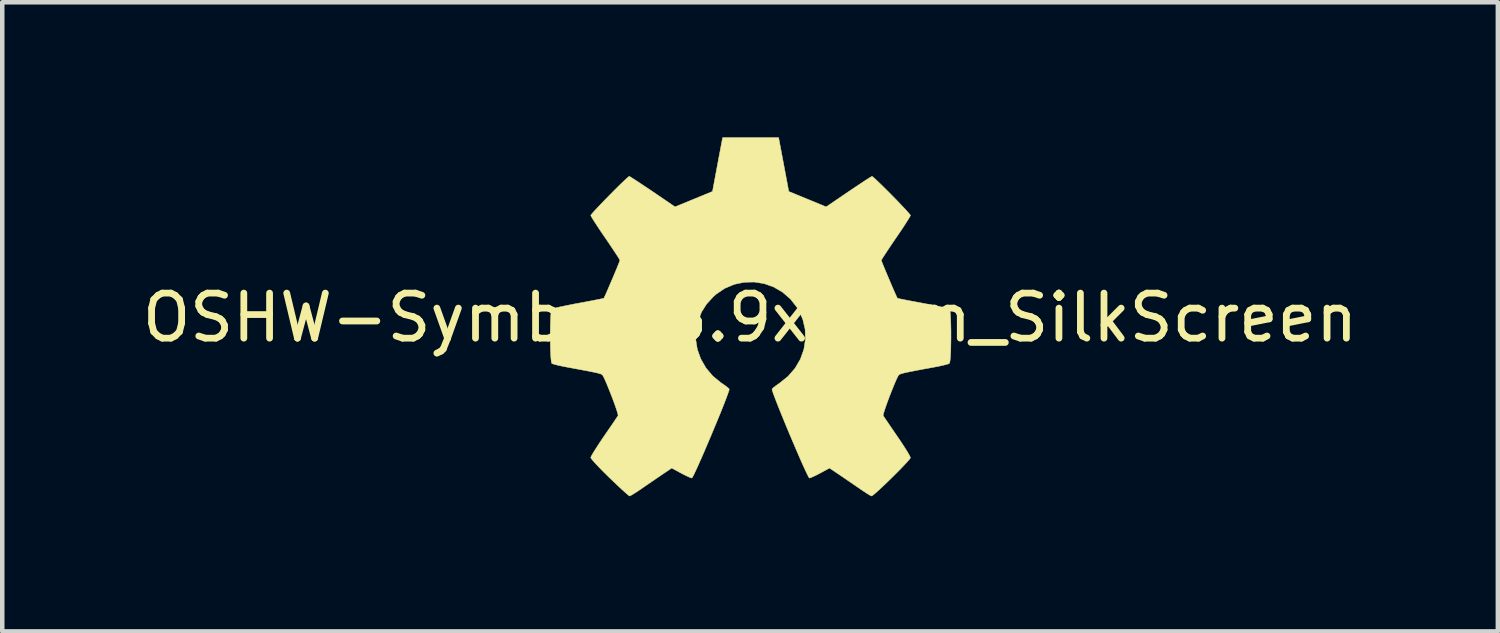
<source format=kicad_pcb>
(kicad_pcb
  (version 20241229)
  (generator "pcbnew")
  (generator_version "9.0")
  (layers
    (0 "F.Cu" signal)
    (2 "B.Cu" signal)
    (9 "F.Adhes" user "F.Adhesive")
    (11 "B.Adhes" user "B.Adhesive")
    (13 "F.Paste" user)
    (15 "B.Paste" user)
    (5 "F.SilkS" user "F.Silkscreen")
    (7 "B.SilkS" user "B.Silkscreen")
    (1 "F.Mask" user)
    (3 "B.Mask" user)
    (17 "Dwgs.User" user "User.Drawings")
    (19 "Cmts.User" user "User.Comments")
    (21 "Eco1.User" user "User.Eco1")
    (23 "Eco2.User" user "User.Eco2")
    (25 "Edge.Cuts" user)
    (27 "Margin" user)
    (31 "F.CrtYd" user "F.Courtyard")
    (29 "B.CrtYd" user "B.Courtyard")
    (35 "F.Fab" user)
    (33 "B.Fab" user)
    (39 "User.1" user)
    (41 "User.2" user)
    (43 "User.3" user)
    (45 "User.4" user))
  (footprint "OSHW-Symbol_8.9x8mm_SilkScreen"
    (layer "F.Cu")
    (at 13.601 4.002)
    (property "Reference" "OSHW-Symbol_8.9x8mm_SilkScreen" (at 0 0 0) (layer "F.SilkS") (effects (font (size 1 1) (thickness 0.15))))
    (attr board_only exclude_from_pos_files exclude_from_bom allow_missing_courtyard)
    (fp_poly (pts (xy 0.747 -3.4) (xy 0.859 -2.802) (xy 1.275 -2.631) (xy 1.69 -2.46) (xy 2.188 -2.799) (xy 2.328 -2.893) (xy 2.454 -2.977) (xy 2.561 -3.048) (xy 2.643 -3.1) (xy 2.693 -3.131) (xy 2.707 -3.138) (xy 2.732 -3.121) (xy 2.785 -3.073) (xy 2.86 -3.002) (xy 2.952 -2.912) (xy 3.054 -2.811) (xy 3.161 -2.703) (xy 3.266 -2.596) (xy 3.363 -2.494) (xy 3.447 -2.405) (xy 3.512 -2.333) (xy 3.552 -2.286) (xy 3.561 -2.27) (xy 3.547 -2.241) (xy 3.509 -2.178) (xy 3.451 -2.086) (xy 3.376 -1.971) (xy 3.288 -1.841) (xy 3.237 -1.767) (xy 3.145 -1.632) (xy 3.063 -1.509) (xy 2.995 -1.406) (xy 2.945 -1.329) (xy 2.918 -1.283) (xy 2.914 -1.273) (xy 2.923 -1.245) (xy 2.948 -1.181) (xy 2.986 -1.09) (xy 3.032 -0.979) (xy 3.083 -0.859) (xy 3.134 -0.739) (xy 3.182 -0.627) (xy 3.224 -0.532) (xy 3.254 -0.464) (xy 3.271 -0.432) (xy 3.272 -0.431) (xy 3.297 -0.424) (xy 3.364 -0.411) (xy 3.466 -0.39) (xy 3.597 -0.365) (xy 3.748 -0.337) (xy 3.837 -0.32) (xy 3.998 -0.29) (xy 4.145 -0.26) (xy 4.268 -0.234) (xy 4.36 -0.213) (xy 4.415 -0.197) (xy 4.426 -0.193) (xy 4.437 -0.16) (xy 4.446 -0.086) (xy 4.452 0.02) (xy 4.457 0.15) (xy 4.46 0.296) (xy 4.46 0.448) (xy 4.458 0.598) (xy 4.455 0.737) (xy 4.449 0.857) (xy 4.441 0.949) (xy 4.431 1.005) (xy 4.425 1.016) (xy 4.39 1.03) (xy 4.316 1.05) (xy 4.212 1.074) (xy 4.089 1.098) (xy 4.046 1.106) (xy 3.838 1.144) (xy 3.674 1.175) (xy 3.548 1.2) (xy 3.455 1.219) (xy 3.389 1.235) (xy 3.346 1.248) (xy 3.318 1.26) (xy 3.302 1.272) (xy 3.3 1.274) (xy 3.278 1.311) (xy 3.243 1.384) (xy 3.2 1.484) (xy 3.153 1.601) (xy 3.103 1.727) (xy 3.056 1.852) (xy 3.014 1.969) (xy 2.981 2.067) (xy 2.96 2.138) (xy 2.954 2.173) (xy 2.954 2.174) (xy 2.973 2.203) (xy 3.016 2.266) (xy 3.078 2.357) (xy 3.154 2.469) (xy 3.241 2.596) (xy 3.266 2.632) (xy 3.355 2.763) (xy 3.433 2.883) (xy 3.496 2.984) (xy 3.539 3.06) (xy 3.56 3.103) (xy 3.561 3.109) (xy 3.544 3.137) (xy 3.496 3.193) (xy 3.424 3.271) (xy 3.334 3.365) (xy 3.232 3.468) (xy 3.124 3.575) (xy 3.016 3.68) (xy 2.914 3.776) (xy 2.825 3.858) (xy 2.755 3.919) (xy 2.709 3.954) (xy 2.696 3.959) (xy 2.667 3.946) (xy 2.607 3.91) (xy 2.526 3.857) (xy 2.463 3.815) (xy 2.35 3.737) (xy 2.216 3.645) (xy 2.081 3.553) (xy 2.009 3.504) (xy 1.764 3.339) (xy 1.559 3.45) (xy 1.465 3.499) (xy 1.385 3.536) (xy 1.331 3.558) (xy 1.318 3.561) (xy 1.301 3.539) (xy 1.269 3.476) (xy 1.223 3.379) (xy 1.165 3.253) (xy 1.099 3.103) (xy 1.027 2.936) (xy 0.951 2.758) (xy 0.873 2.574) (xy 0.796 2.39) (xy 0.723 2.211) (xy 0.655 2.044) (xy 0.596 1.895) (xy 0.547 1.768) (xy 0.511 1.671) (xy 0.491 1.608) (xy 0.488 1.586) (xy 0.513 1.558) (xy 0.57 1.514) (xy 0.644 1.461) (xy 0.651 1.457) (xy 0.844 1.302) (xy 1 1.122) (xy 1.117 0.921) (xy 1.194 0.706) (xy 1.229 0.483) (xy 1.222 0.257) (xy 1.17 0.034) (xy 1.073 -0.18) (xy 1.044 -0.226) (xy 0.896 -0.415) (xy 0.72 -0.567) (xy 0.524 -0.681) (xy 0.313 -0.756) (xy 0.093 -0.791) (xy -0.13 -0.786) (xy -0.349 -0.74) (xy -0.559 -0.652) (xy -0.753 -0.521) (xy -0.813 -0.468) (xy -0.966 -0.301) (xy -1.077 -0.126) (xy -1.153 0.07) (xy -1.196 0.265) (xy -1.206 0.483) (xy -1.171 0.703) (xy -1.094 0.916) (xy -0.979 1.116) (xy -0.829 1.294) (xy -0.647 1.444) (xy -0.623 1.46) (xy -0.548 1.512) (xy -0.49 1.557) (xy -0.463 1.585) (xy -0.462 1.586) (xy -0.468 1.617) (xy -0.492 1.687) (xy -0.53 1.791) (xy -0.581 1.922) (xy -0.642 2.076) (xy -0.711 2.245) (xy -0.786 2.425) (xy -0.863 2.61) (xy -0.941 2.793) (xy -1.016 2.97) (xy -1.088 3.134) (xy -1.152 3.279) (xy -1.208 3.4) (xy -1.251 3.491) (xy -1.281 3.546) (xy -1.293 3.561) (xy -1.329 3.55) (xy -1.397 3.519) (xy -1.485 3.476) (xy -1.534 3.45) (xy -1.739 3.339) (xy -1.984 3.504) (xy -2.109 3.589) (xy -2.246 3.683) (xy -2.374 3.77) (xy -2.438 3.815) (xy -2.528 3.875) (xy -2.605 3.923) (xy -2.658 3.953) (xy -2.675 3.959) (xy -2.7 3.942) (xy -2.755 3.895) (xy -2.835 3.823) (xy -2.934 3.731) (xy -3.048 3.623) (xy -3.12 3.554) (xy -3.245 3.431) (xy -3.354 3.32) (xy -3.441 3.227) (xy -3.503 3.157) (xy -3.534 3.114) (xy -3.537 3.105) (xy -3.523 3.072) (xy -3.485 3.005) (xy -3.426 2.911) (xy -3.352 2.796) (xy -3.266 2.668) (xy -3.241 2.632) (xy -3.152 2.502) (xy -3.072 2.386) (xy -3.006 2.288) (xy -2.958 2.217) (xy -2.932 2.178) (xy -2.93 2.174) (xy -2.933 2.143) (xy -2.953 2.076) (xy -2.985 1.98) (xy -3.026 1.865) (xy -3.073 1.74) (xy -3.123 1.614) (xy -3.171 1.495) (xy -3.214 1.394) (xy -3.25 1.318) (xy -3.273 1.276) (xy -3.275 1.274) (xy -3.29 1.262) (xy -3.314 1.25) (xy -3.355 1.237) (xy -3.416 1.222) (xy -3.503 1.204) (xy -3.622 1.18) (xy -3.779 1.151) (xy -3.978 1.114) (xy -4.021 1.106) (xy -4.149 1.082) (xy -4.26 1.058) (xy -4.345 1.036) (xy -4.394 1.02) (xy -4.401 1.016) (xy -4.411 0.983) (xy -4.42 0.909) (xy -4.427 0.802) (xy -4.432 0.672) (xy -4.434 0.526) (xy -4.435 0.374) (xy -4.434 0.224) (xy -4.43 0.085) (xy -4.425 -0.034) (xy -4.417 -0.126) (xy -4.407 -0.181) (xy -4.401 -0.193) (xy -4.369 -0.204) (xy -4.295 -0.222) (xy -4.186 -0.246) (xy -4.051 -0.274) (xy -3.896 -0.305) (xy -3.812 -0.32) (xy -3.652 -0.35) (xy -3.509 -0.377) (xy -3.391 -0.4) (xy -3.304 -0.418) (xy -3.255 -0.428) (xy -3.247 -0.431) (xy -3.233 -0.457) (xy -3.204 -0.52) (xy -3.164 -0.611) (xy -3.117 -0.721) (xy -3.065 -0.841) (xy -3.014 -0.962) (xy -2.967 -1.074) (xy -2.928 -1.17) (xy -2.901 -1.239) (xy -2.889 -1.273) (xy -2.889 -1.274) (xy -2.902 -1.301) (xy -2.94 -1.362) (xy -2.999 -1.452) (xy -3.074 -1.565) (xy -3.161 -1.694) (xy -3.212 -1.768) (xy -3.305 -1.904) (xy -3.387 -2.027) (xy -3.455 -2.132) (xy -3.505 -2.212) (xy -3.532 -2.26) (xy -3.536 -2.271) (xy -3.519 -2.296) (xy -3.473 -2.35) (xy -3.402 -2.426) (xy -3.314 -2.519) (xy -3.214 -2.623) (xy -3.108 -2.731) (xy -3.002 -2.838) (xy -2.902 -2.937) (xy -2.814 -3.022) (xy -2.743 -3.088) (xy -2.697 -3.128) (xy -2.682 -3.138) (xy -2.656 -3.124) (xy -2.596 -3.086) (xy -2.506 -3.028) (xy -2.393 -2.953) (xy -2.262 -2.866) (xy -2.163 -2.799) (xy -1.665 -2.46) (xy -1.25 -2.631) (xy -0.834 -2.802) (xy -0.722 -3.4) (xy -0.609 -3.997) (xy 0.634 -3.997) (xy 0.747 -3.4)) (stroke (width 0.01) (type solid)) (fill yes) (layer "F.SilkS")))
  (gr_rect
    (start -3 -3)
    (end 30.202 10.966)
    (stroke (width 0.1) (type default))
    (fill no)
    (layer "Edge.Cuts")))
</source>
